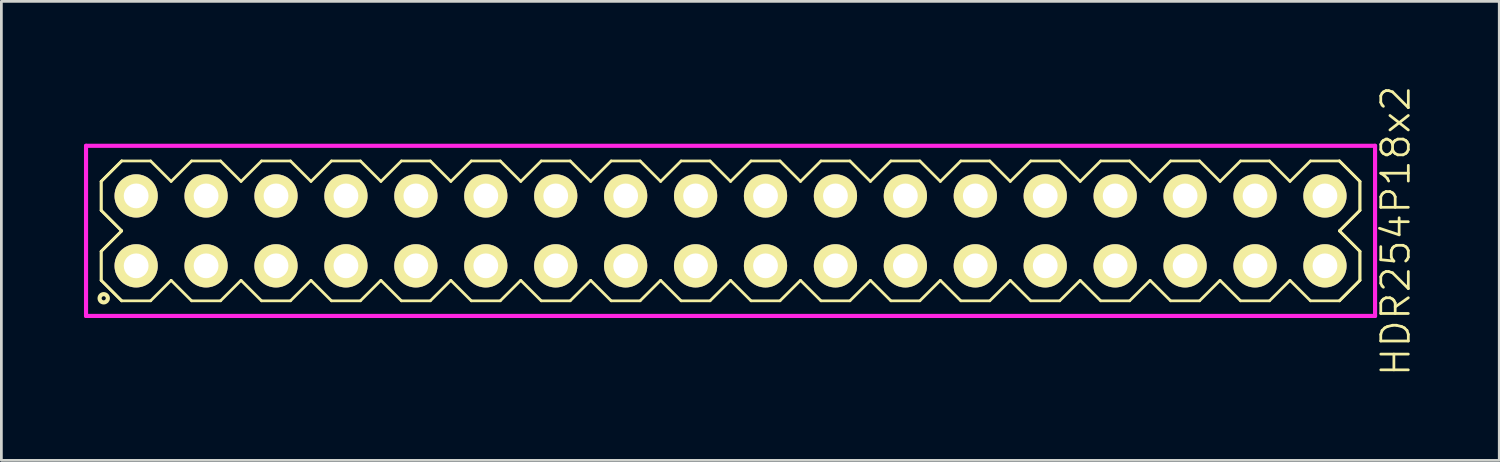
<source format=kicad_pcb>
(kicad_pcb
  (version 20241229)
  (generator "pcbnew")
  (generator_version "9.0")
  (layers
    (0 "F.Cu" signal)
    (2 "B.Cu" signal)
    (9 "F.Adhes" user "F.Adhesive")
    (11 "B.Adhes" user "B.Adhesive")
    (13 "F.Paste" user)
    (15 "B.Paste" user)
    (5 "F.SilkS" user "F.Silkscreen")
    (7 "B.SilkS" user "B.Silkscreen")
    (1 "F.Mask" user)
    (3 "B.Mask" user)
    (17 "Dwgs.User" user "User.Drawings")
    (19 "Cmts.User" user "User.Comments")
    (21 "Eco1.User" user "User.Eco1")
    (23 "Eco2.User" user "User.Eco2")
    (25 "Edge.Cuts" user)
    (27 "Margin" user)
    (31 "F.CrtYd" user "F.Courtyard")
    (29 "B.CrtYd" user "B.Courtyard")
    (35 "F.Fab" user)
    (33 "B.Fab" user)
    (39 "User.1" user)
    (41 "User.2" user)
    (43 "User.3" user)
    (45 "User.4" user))
  (footprint "HDR254P18x2"
    (layer "F.Cu")
    (at 23.485 5.336)
    (property "Reference" "HDR254P18x2" (at 24.16 0 90) (layer "F.SilkS") (effects (font (size 1 1) (thickness 0.1))))
    (attr through_hole)
    (fp_line (start -22.86 -1.796) (end -22.116 -2.54) (stroke (width 0.1) (type solid)) (layer "F.SilkS"))
    (fp_line (start -22.86 -1.796) (end -22.116 -2.54) (stroke (width 0.1) (type solid)) (layer "F.SilkS"))
    (fp_line (start -22.86 -0.744) (end -22.86 -1.796) (stroke (width 0.1) (type solid)) (layer "F.SilkS"))
    (fp_line (start -22.86 -0.744) (end -22.86 -1.796) (stroke (width 0.1) (type solid)) (layer "F.SilkS"))
    (fp_line (start -22.86 0.744) (end -22.116 0) (stroke (width 0.1) (type solid)) (layer "F.SilkS"))
    (fp_line (start -22.86 0.744) (end -22.116 0) (stroke (width 0.1) (type solid)) (layer "F.SilkS"))
    (fp_line (start -22.86 1.796) (end -22.86 0.744) (stroke (width 0.1) (type solid)) (layer "F.SilkS"))
    (fp_line (start -22.86 1.796) (end -22.86 0.744) (stroke (width 0.1) (type solid)) (layer "F.SilkS"))
    (fp_line (start -22.116 -2.54) (end -21.064 -2.54) (stroke (width 0.1) (type solid)) (layer "F.SilkS"))
    (fp_line (start -22.116 0) (end -22.86 -0.744) (stroke (width 0.1) (type solid)) (layer "F.SilkS"))
    (fp_line (start -22.116 0) (end -22.86 -0.744) (stroke (width 0.1) (type solid)) (layer "F.SilkS"))
    (fp_line (start -22.116 2.54) (end -22.86 1.796) (stroke (width 0.1) (type solid)) (layer "F.SilkS"))
    (fp_line (start -22.116 2.54) (end -22.86 1.796) (stroke (width 0.1) (type solid)) (layer "F.SilkS"))
    (fp_line (start -21.064 -2.54) (end -20.32 -1.796) (stroke (width 0.1) (type solid)) (layer "F.SilkS"))
    (fp_line (start -21.064 2.54) (end -22.116 2.54) (stroke (width 0.1) (type solid)) (layer "F.SilkS"))
    (fp_line (start -20.32 -1.796) (end -19.576 -2.54) (stroke (width 0.1) (type solid)) (layer "F.SilkS"))
    (fp_line (start -20.32 1.796) (end -21.064 2.54) (stroke (width 0.1) (type solid)) (layer "F.SilkS"))
    (fp_line (start -19.576 -2.54) (end -18.524 -2.54) (stroke (width 0.1) (type solid)) (layer "F.SilkS"))
    (fp_line (start -19.576 2.54) (end -20.32 1.796) (stroke (width 0.1) (type solid)) (layer "F.SilkS"))
    (fp_line (start -18.524 -2.54) (end -17.78 -1.796) (stroke (width 0.1) (type solid)) (layer "F.SilkS"))
    (fp_line (start -18.524 2.54) (end -19.576 2.54) (stroke (width 0.1) (type solid)) (layer "F.SilkS"))
    (fp_line (start -17.78 -1.796) (end -17.036 -2.54) (stroke (width 0.1) (type solid)) (layer "F.SilkS"))
    (fp_line (start -17.78 1.796) (end -18.524 2.54) (stroke (width 0.1) (type solid)) (layer "F.SilkS"))
    (fp_line (start -17.036 -2.54) (end -15.984 -2.54) (stroke (width 0.1) (type solid)) (layer "F.SilkS"))
    (fp_line (start -17.036 2.54) (end -17.78 1.796) (stroke (width 0.1) (type solid)) (layer "F.SilkS"))
    (fp_line (start -15.984 -2.54) (end -15.24 -1.796) (stroke (width 0.1) (type solid)) (layer "F.SilkS"))
    (fp_line (start -15.984 2.54) (end -17.036 2.54) (stroke (width 0.1) (type solid)) (layer "F.SilkS"))
    (fp_line (start -15.24 -1.796) (end -14.496 -2.54) (stroke (width 0.1) (type solid)) (layer "F.SilkS"))
    (fp_line (start -15.24 1.796) (end -15.984 2.54) (stroke (width 0.1) (type solid)) (layer "F.SilkS"))
    (fp_line (start -14.496 -2.54) (end -13.444 -2.54) (stroke (width 0.1) (type solid)) (layer "F.SilkS"))
    (fp_line (start -14.496 2.54) (end -15.24 1.796) (stroke (width 0.1) (type solid)) (layer "F.SilkS"))
    (fp_line (start -13.444 -2.54) (end -12.7 -1.796) (stroke (width 0.1) (type solid)) (layer "F.SilkS"))
    (fp_line (start -13.444 2.54) (end -14.496 2.54) (stroke (width 0.1) (type solid)) (layer "F.SilkS"))
    (fp_line (start -12.7 -1.796) (end -11.956 -2.54) (stroke (width 0.1) (type solid)) (layer "F.SilkS"))
    (fp_line (start -12.7 1.796) (end -13.444 2.54) (stroke (width 0.1) (type solid)) (layer "F.SilkS"))
    (fp_line (start -11.956 -2.54) (end -10.904 -2.54) (stroke (width 0.1) (type solid)) (layer "F.SilkS"))
    (fp_line (start -11.956 2.54) (end -12.7 1.796) (stroke (width 0.1) (type solid)) (layer "F.SilkS"))
    (fp_line (start -10.904 -2.54) (end -10.16 -1.796) (stroke (width 0.1) (type solid)) (layer "F.SilkS"))
    (fp_line (start -10.904 2.54) (end -11.956 2.54) (stroke (width 0.1) (type solid)) (layer "F.SilkS"))
    (fp_line (start -10.16 -1.796) (end -9.416 -2.54) (stroke (width 0.1) (type solid)) (layer "F.SilkS"))
    (fp_line (start -10.16 1.796) (end -10.904 2.54) (stroke (width 0.1) (type solid)) (layer "F.SilkS"))
    (fp_line (start -9.416 -2.54) (end -8.364 -2.54) (stroke (width 0.1) (type solid)) (layer "F.SilkS"))
    (fp_line (start -9.416 2.54) (end -10.16 1.796) (stroke (width 0.1) (type solid)) (layer "F.SilkS"))
    (fp_line (start -8.364 -2.54) (end -7.62 -1.796) (stroke (width 0.1) (type solid)) (layer "F.SilkS"))
    (fp_line (start -8.364 2.54) (end -9.416 2.54) (stroke (width 0.1) (type solid)) (layer "F.SilkS"))
    (fp_line (start -7.62 -1.796) (end -6.876 -2.54) (stroke (width 0.1) (type solid)) (layer "F.SilkS"))
    (fp_line (start -7.62 1.796) (end -8.364 2.54) (stroke (width 0.1) (type solid)) (layer "F.SilkS"))
    (fp_line (start -6.876 -2.54) (end -5.824 -2.54) (stroke (width 0.1) (type solid)) (layer "F.SilkS"))
    (fp_line (start -6.876 2.54) (end -7.62 1.796) (stroke (width 0.1) (type solid)) (layer "F.SilkS"))
    (fp_line (start -5.824 -2.54) (end -5.08 -1.796) (stroke (width 0.1) (type solid)) (layer "F.SilkS"))
    (fp_line (start -5.824 2.54) (end -6.876 2.54) (stroke (width 0.1) (type solid)) (layer "F.SilkS"))
    (fp_line (start -5.08 -1.796) (end -4.336 -2.54) (stroke (width 0.1) (type solid)) (layer "F.SilkS"))
    (fp_line (start -5.08 1.796) (end -5.824 2.54) (stroke (width 0.1) (type solid)) (layer "F.SilkS"))
    (fp_line (start -4.336 -2.54) (end -3.284 -2.54) (stroke (width 0.1) (type solid)) (layer "F.SilkS"))
    (fp_line (start -4.336 2.54) (end -5.08 1.796) (stroke (width 0.1) (type solid)) (layer "F.SilkS"))
    (fp_line (start -3.284 -2.54) (end -2.54 -1.796) (stroke (width 0.1) (type solid)) (layer "F.SilkS"))
    (fp_line (start -3.284 2.54) (end -4.336 2.54) (stroke (width 0.1) (type solid)) (layer "F.SilkS"))
    (fp_line (start -2.54 -1.796) (end -1.796 -2.54) (stroke (width 0.1) (type solid)) (layer "F.SilkS"))
    (fp_line (start -2.54 1.796) (end -3.284 2.54) (stroke (width 0.1) (type solid)) (layer "F.SilkS"))
    (fp_line (start -1.796 -2.54) (end -0.744 -2.54) (stroke (width 0.1) (type solid)) (layer "F.SilkS"))
    (fp_line (start -1.796 2.54) (end -2.54 1.796) (stroke (width 0.1) (type solid)) (layer "F.SilkS"))
    (fp_line (start -0.744 -2.54) (end 0 -1.796) (stroke (width 0.1) (type solid)) (layer "F.SilkS"))
    (fp_line (start -0.744 2.54) (end -1.796 2.54) (stroke (width 0.1) (type solid)) (layer "F.SilkS"))
    (fp_line (start 0 -1.796) (end 0.744 -2.54) (stroke (width 0.1) (type solid)) (layer "F.SilkS"))
    (fp_line (start 0 1.796) (end -0.744 2.54) (stroke (width 0.1) (type solid)) (layer "F.SilkS"))
    (fp_line (start 0.744 -2.54) (end 1.796 -2.54) (stroke (width 0.1) (type solid)) (layer "F.SilkS"))
    (fp_line (start 0.744 2.54) (end 0 1.796) (stroke (width 0.1) (type solid)) (layer "F.SilkS"))
    (fp_line (start 1.796 -2.54) (end 2.54 -1.796) (stroke (width 0.1) (type solid)) (layer "F.SilkS"))
    (fp_line (start 1.796 2.54) (end 0.744 2.54) (stroke (width 0.1) (type solid)) (layer "F.SilkS"))
    (fp_line (start 2.54 -1.796) (end 3.284 -2.54) (stroke (width 0.1) (type solid)) (layer "F.SilkS"))
    (fp_line (start 2.54 1.796) (end 1.796 2.54) (stroke (width 0.1) (type solid)) (layer "F.SilkS"))
    (fp_line (start 3.284 -2.54) (end 4.336 -2.54) (stroke (width 0.1) (type solid)) (layer "F.SilkS"))
    (fp_line (start 3.284 2.54) (end 2.54 1.796) (stroke (width 0.1) (type solid)) (layer "F.SilkS"))
    (fp_line (start 4.336 -2.54) (end 5.08 -1.796) (stroke (width 0.1) (type solid)) (layer "F.SilkS"))
    (fp_line (start 4.336 2.54) (end 3.284 2.54) (stroke (width 0.1) (type solid)) (layer "F.SilkS"))
    (fp_line (start 5.08 -1.796) (end 5.824 -2.54) (stroke (width 0.1) (type solid)) (layer "F.SilkS"))
    (fp_line (start 5.08 1.796) (end 4.336 2.54) (stroke (width 0.1) (type solid)) (layer "F.SilkS"))
    (fp_line (start 5.824 -2.54) (end 6.876 -2.54) (stroke (width 0.1) (type solid)) (layer "F.SilkS"))
    (fp_line (start 5.824 2.54) (end 5.08 1.796) (stroke (width 0.1) (type solid)) (layer "F.SilkS"))
    (fp_line (start 6.876 -2.54) (end 7.62 -1.796) (stroke (width 0.1) (type solid)) (layer "F.SilkS"))
    (fp_line (start 6.876 2.54) (end 5.824 2.54) (stroke (width 0.1) (type solid)) (layer "F.SilkS"))
    (fp_line (start 7.62 -1.796) (end 8.364 -2.54) (stroke (width 0.1) (type solid)) (layer "F.SilkS"))
    (fp_line (start 7.62 1.796) (end 6.876 2.54) (stroke (width 0.1) (type solid)) (layer "F.SilkS"))
    (fp_line (start 8.364 -2.54) (end 9.416 -2.54) (stroke (width 0.1) (type solid)) (layer "F.SilkS"))
    (fp_line (start 8.364 2.54) (end 7.62 1.796) (stroke (width 0.1) (type solid)) (layer "F.SilkS"))
    (fp_line (start 9.416 -2.54) (end 10.16 -1.796) (stroke (width 0.1) (type solid)) (layer "F.SilkS"))
    (fp_line (start 9.416 2.54) (end 8.364 2.54) (stroke (width 0.1) (type solid)) (layer "F.SilkS"))
    (fp_line (start 10.16 -1.796) (end 10.904 -2.54) (stroke (width 0.1) (type solid)) (layer "F.SilkS"))
    (fp_line (start 10.16 1.796) (end 9.416 2.54) (stroke (width 0.1) (type solid)) (layer "F.SilkS"))
    (fp_line (start 10.904 -2.54) (end 11.956 -2.54) (stroke (width 0.1) (type solid)) (layer "F.SilkS"))
    (fp_line (start 10.904 2.54) (end 10.16 1.796) (stroke (width 0.1) (type solid)) (layer "F.SilkS"))
    (fp_line (start 11.956 -2.54) (end 12.7 -1.796) (stroke (width 0.1) (type solid)) (layer "F.SilkS"))
    (fp_line (start 11.956 2.54) (end 10.904 2.54) (stroke (width 0.1) (type solid)) (layer "F.SilkS"))
    (fp_line (start 12.7 -1.796) (end 13.444 -2.54) (stroke (width 0.1) (type solid)) (layer "F.SilkS"))
    (fp_line (start 12.7 1.796) (end 11.956 2.54) (stroke (width 0.1) (type solid)) (layer "F.SilkS"))
    (fp_line (start 13.444 -2.54) (end 14.496 -2.54) (stroke (width 0.1) (type solid)) (layer "F.SilkS"))
    (fp_line (start 13.444 2.54) (end 12.7 1.796) (stroke (width 0.1) (type solid)) (layer "F.SilkS"))
    (fp_line (start 14.496 -2.54) (end 15.24 -1.796) (stroke (width 0.1) (type solid)) (layer "F.SilkS"))
    (fp_line (start 14.496 2.54) (end 13.444 2.54) (stroke (width 0.1) (type solid)) (layer "F.SilkS"))
    (fp_line (start 15.24 -1.796) (end 15.984 -2.54) (stroke (width 0.1) (type solid)) (layer "F.SilkS"))
    (fp_line (start 15.24 1.796) (end 14.496 2.54) (stroke (width 0.1) (type solid)) (layer "F.SilkS"))
    (fp_line (start 15.984 -2.54) (end 17.036 -2.54) (stroke (width 0.1) (type solid)) (layer "F.SilkS"))
    (fp_line (start 15.984 2.54) (end 15.24 1.796) (stroke (width 0.1) (type solid)) (layer "F.SilkS"))
    (fp_line (start 17.036 -2.54) (end 17.78 -1.796) (stroke (width 0.1) (type solid)) (layer "F.SilkS"))
    (fp_line (start 17.036 2.54) (end 15.984 2.54) (stroke (width 0.1) (type solid)) (layer "F.SilkS"))
    (fp_line (start 17.78 -1.796) (end 18.524 -2.54) (stroke (width 0.1) (type solid)) (layer "F.SilkS"))
    (fp_line (start 17.78 1.796) (end 17.036 2.54) (stroke (width 0.1) (type solid)) (layer "F.SilkS"))
    (fp_line (start 18.524 -2.54) (end 19.576 -2.54) (stroke (width 0.1) (type solid)) (layer "F.SilkS"))
    (fp_line (start 18.524 2.54) (end 17.78 1.796) (stroke (width 0.1) (type solid)) (layer "F.SilkS"))
    (fp_line (start 19.576 -2.54) (end 20.32 -1.796) (stroke (width 0.1) (type solid)) (layer "F.SilkS"))
    (fp_line (start 19.576 2.54) (end 18.524 2.54) (stroke (width 0.1) (type solid)) (layer "F.SilkS"))
    (fp_line (start 20.32 -1.796) (end 21.064 -2.54) (stroke (width 0.1) (type solid)) (layer "F.SilkS"))
    (fp_line (start 20.32 1.796) (end 19.576 2.54) (stroke (width 0.1) (type solid)) (layer "F.SilkS"))
    (fp_line (start 21.064 -2.54) (end 22.116 -2.54) (stroke (width 0.1) (type solid)) (layer "F.SilkS"))
    (fp_line (start 21.064 2.54) (end 20.32 1.796) (stroke (width 0.1) (type solid)) (layer "F.SilkS"))
    (fp_line (start 22.116 -2.54) (end 22.86 -1.796) (stroke (width 0.1) (type solid)) (layer "F.SilkS"))
    (fp_line (start 22.116 -2.54) (end 22.86 -1.796) (stroke (width 0.1) (type solid)) (layer "F.SilkS"))
    (fp_line (start 22.116 0) (end 22.86 0.744) (stroke (width 0.1) (type solid)) (layer "F.SilkS"))
    (fp_line (start 22.116 0) (end 22.86 0.744) (stroke (width 0.1) (type solid)) (layer "F.SilkS"))
    (fp_line (start 22.116 2.54) (end 21.064 2.54) (stroke (width 0.1) (type solid)) (layer "F.SilkS"))
    (fp_line (start 22.86 -1.796) (end 22.86 -0.744) (stroke (width 0.1) (type solid)) (layer "F.SilkS"))
    (fp_line (start 22.86 -1.796) (end 22.86 -0.744) (stroke (width 0.1) (type solid)) (layer "F.SilkS"))
    (fp_line (start 22.86 -0.744) (end 22.116 0) (stroke (width 0.1) (type solid)) (layer "F.SilkS"))
    (fp_line (start 22.86 -0.744) (end 22.116 0) (stroke (width 0.1) (type solid)) (layer "F.SilkS"))
    (fp_line (start 22.86 0.744) (end 22.86 1.796) (stroke (width 0.1) (type solid)) (layer "F.SilkS"))
    (fp_line (start 22.86 0.744) (end 22.86 1.796) (stroke (width 0.1) (type solid)) (layer "F.SilkS"))
    (fp_line (start 22.86 1.796) (end 22.116 2.54) (stroke (width 0.1) (type solid)) (layer "F.SilkS"))
    (fp_line (start 22.86 1.796) (end 22.116 2.54) (stroke (width 0.1) (type solid)) (layer "F.SilkS"))
    (fp_circle (center -22.768 2.448) (end -22.618 2.448) (stroke (width 0.15) (type solid)) (fill no) (layer "F.SilkS"))
    (fp_line (start -23.41 -3.09) (end -23.41 3.09) (stroke (width 0.15) (type solid)) (layer "F.CrtYd"))
    (fp_line (start -23.41 3.09) (end 23.41 3.09) (stroke (width 0.15) (type solid)) (layer "F.CrtYd"))
    (fp_line (start 23.41 -3.09) (end -23.41 -3.09) (stroke (width 0.15) (type solid)) (layer "F.CrtYd"))
    (fp_line (start 23.41 3.09) (end 23.41 -3.09) (stroke (width 0.15) (type solid)) (layer "F.CrtYd"))
    (pad "1" thru_hole oval (at -21.59 1.27) (size 1.57 1.57) (drill 0.9) (layers "*.Cu" "*.Mask" "F.SilkS"))
    (pad "2" thru_hole oval (at -21.59 -1.27) (size 1.57 1.57) (drill 0.9) (layers "*.Cu" "*.Mask" "F.SilkS"))
    (pad "3" thru_hole oval (at -19.05 1.27) (size 1.57 1.57) (drill 0.9) (layers "*.Cu" "*.Mask" "F.SilkS"))
    (pad "4" thru_hole oval (at -19.05 -1.27) (size 1.57 1.57) (drill 0.9) (layers "*.Cu" "*.Mask" "F.SilkS"))
    (pad "5" thru_hole oval (at -16.51 1.27) (size 1.57 1.57) (drill 0.9) (layers "*.Cu" "*.Mask" "F.SilkS"))
    (pad "6" thru_hole oval (at -16.51 -1.27) (size 1.57 1.57) (drill 0.9) (layers "*.Cu" "*.Mask" "F.SilkS"))
    (pad "7" thru_hole oval (at -13.97 1.27) (size 1.57 1.57) (drill 0.9) (layers "*.Cu" "*.Mask" "F.SilkS"))
    (pad "8" thru_hole oval (at -13.97 -1.27) (size 1.57 1.57) (drill 0.9) (layers "*.Cu" "*.Mask" "F.SilkS"))
    (pad "9" thru_hole oval (at -11.43 1.27) (size 1.57 1.57) (drill 0.9) (layers "*.Cu" "*.Mask" "F.SilkS"))
    (pad "10" thru_hole oval (at -11.43 -1.27) (size 1.57 1.57) (drill 0.9) (layers "*.Cu" "*.Mask" "F.SilkS"))
    (pad "11" thru_hole oval (at -8.89 1.27) (size 1.57 1.57) (drill 0.9) (layers "*.Cu" "*.Mask" "F.SilkS"))
    (pad "12" thru_hole oval (at -8.89 -1.27) (size 1.57 1.57) (drill 0.9) (layers "*.Cu" "*.Mask" "F.SilkS"))
    (pad "13" thru_hole oval (at -6.35 1.27) (size 1.57 1.57) (drill 0.9) (layers "*.Cu" "*.Mask" "F.SilkS"))
    (pad "14" thru_hole oval (at -6.35 -1.27) (size 1.57 1.57) (drill 0.9) (layers "*.Cu" "*.Mask" "F.SilkS"))
    (pad "15" thru_hole oval (at -3.81 1.27) (size 1.57 1.57) (drill 0.9) (layers "*.Cu" "*.Mask" "F.SilkS"))
    (pad "16" thru_hole oval (at -3.81 -1.27) (size 1.57 1.57) (drill 0.9) (layers "*.Cu" "*.Mask" "F.SilkS"))
    (pad "17" thru_hole oval (at -1.27 1.27) (size 1.57 1.57) (drill 0.9) (layers "*.Cu" "*.Mask" "F.SilkS"))
    (pad "18" thru_hole oval (at -1.27 -1.27) (size 1.57 1.57) (drill 0.9) (layers "*.Cu" "*.Mask" "F.SilkS"))
    (pad "19" thru_hole oval (at 1.27 1.27) (size 1.57 1.57) (drill 0.9) (layers "*.Cu" "*.Mask" "F.SilkS"))
    (pad "20" thru_hole oval (at 1.27 -1.27) (size 1.57 1.57) (drill 0.9) (layers "*.Cu" "*.Mask" "F.SilkS"))
    (pad "21" thru_hole oval (at 3.81 1.27) (size 1.57 1.57) (drill 0.9) (layers "*.Cu" "*.Mask" "F.SilkS"))
    (pad "22" thru_hole oval (at 3.81 -1.27) (size 1.57 1.57) (drill 0.9) (layers "*.Cu" "*.Mask" "F.SilkS"))
    (pad "23" thru_hole oval (at 6.35 1.27) (size 1.57 1.57) (drill 0.9) (layers "*.Cu" "*.Mask" "F.SilkS"))
    (pad "24" thru_hole oval (at 6.35 -1.27) (size 1.57 1.57) (drill 0.9) (layers "*.Cu" "*.Mask" "F.SilkS"))
    (pad "25" thru_hole oval (at 8.89 1.27) (size 1.57 1.57) (drill 0.9) (layers "*.Cu" "*.Mask" "F.SilkS"))
    (pad "26" thru_hole oval (at 8.89 -1.27) (size 1.57 1.57) (drill 0.9) (layers "*.Cu" "*.Mask" "F.SilkS"))
    (pad "27" thru_hole oval (at 11.43 1.27) (size 1.57 1.57) (drill 0.9) (layers "*.Cu" "*.Mask" "F.SilkS"))
    (pad "28" thru_hole oval (at 11.43 -1.27) (size 1.57 1.57) (drill 0.9) (layers "*.Cu" "*.Mask" "F.SilkS"))
    (pad "29" thru_hole oval (at 13.97 1.27) (size 1.57 1.57) (drill 0.9) (layers "*.Cu" "*.Mask" "F.SilkS"))
    (pad "30" thru_hole oval (at 13.97 -1.27) (size 1.57 1.57) (drill 0.9) (layers "*.Cu" "*.Mask" "F.SilkS"))
    (pad "31" thru_hole oval (at 16.51 1.27) (size 1.57 1.57) (drill 0.9) (layers "*.Cu" "*.Mask" "F.SilkS"))
    (pad "32" thru_hole oval (at 16.51 -1.27) (size 1.57 1.57) (drill 0.9) (layers "*.Cu" "*.Mask" "F.SilkS"))
    (pad "33" thru_hole oval (at 19.05 1.27) (size 1.57 1.57) (drill 0.9) (layers "*.Cu" "*.Mask" "F.SilkS"))
    (pad "34" thru_hole oval (at 19.05 -1.27) (size 1.57 1.57) (drill 0.9) (layers "*.Cu" "*.Mask" "F.SilkS"))
    (pad "35" thru_hole oval (at 21.59 1.27) (size 1.57 1.57) (drill 0.9) (layers "*.Cu" "*.Mask" "F.SilkS"))
    (pad "36" thru_hole oval (at 21.59 -1.27) (size 1.57 1.57) (drill 0.9) (layers "*.Cu" "*.Mask" "F.SilkS")))
  (gr_rect
    (start -3 -3)
    (end 51.406 13.671)
    (stroke (width 0.1) (type default))
    (fill no)
    (layer "Edge.Cuts")))
</source>
